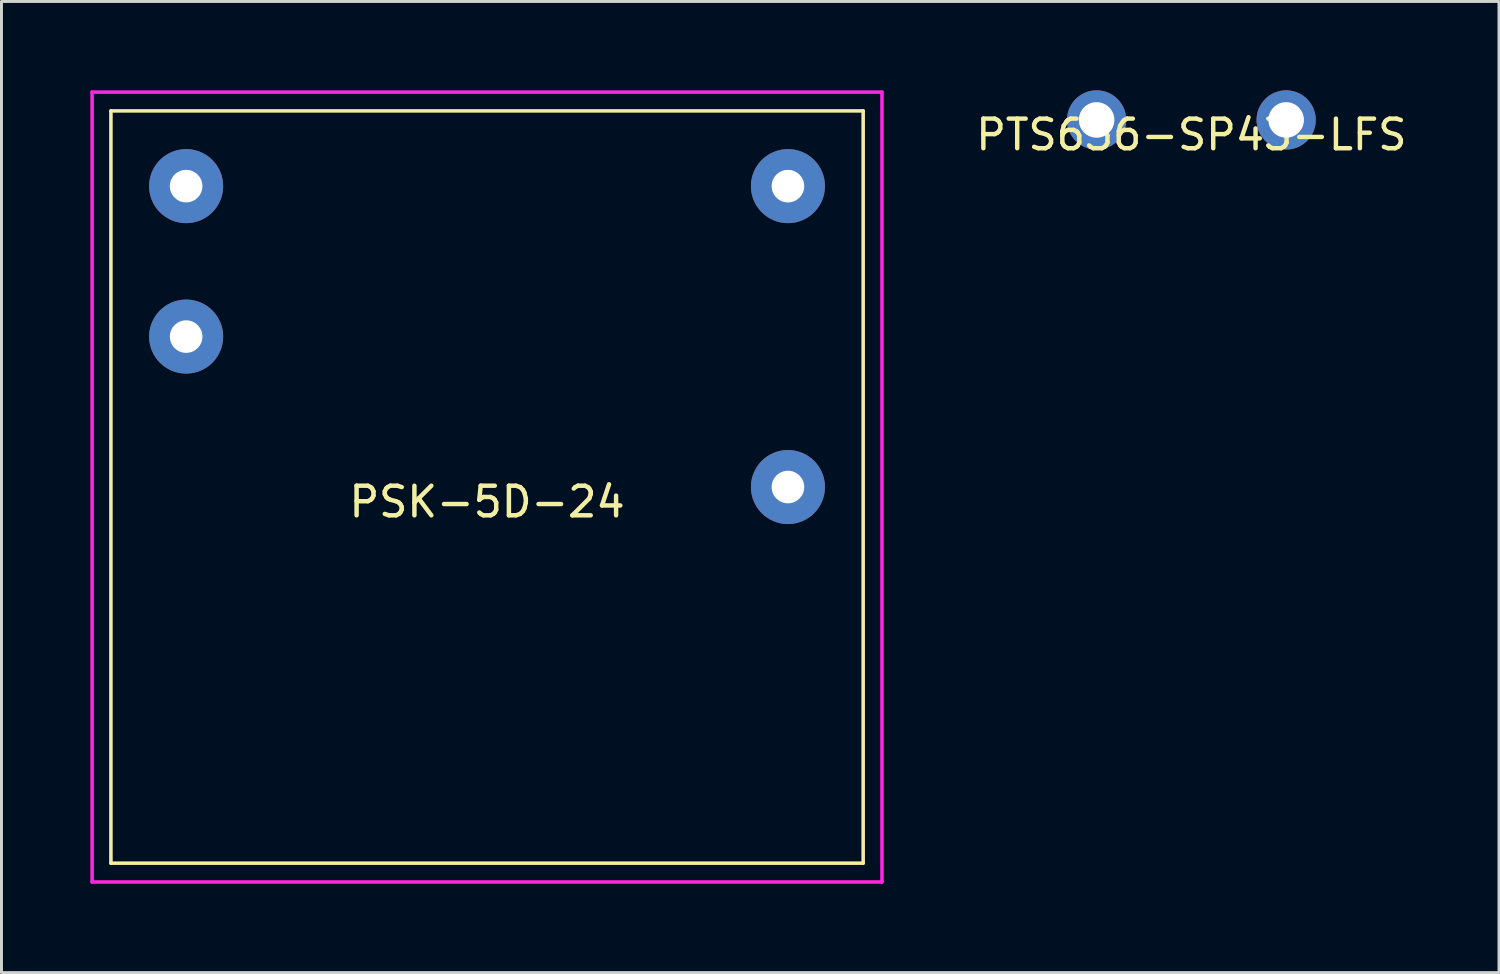
<source format=kicad_pcb>
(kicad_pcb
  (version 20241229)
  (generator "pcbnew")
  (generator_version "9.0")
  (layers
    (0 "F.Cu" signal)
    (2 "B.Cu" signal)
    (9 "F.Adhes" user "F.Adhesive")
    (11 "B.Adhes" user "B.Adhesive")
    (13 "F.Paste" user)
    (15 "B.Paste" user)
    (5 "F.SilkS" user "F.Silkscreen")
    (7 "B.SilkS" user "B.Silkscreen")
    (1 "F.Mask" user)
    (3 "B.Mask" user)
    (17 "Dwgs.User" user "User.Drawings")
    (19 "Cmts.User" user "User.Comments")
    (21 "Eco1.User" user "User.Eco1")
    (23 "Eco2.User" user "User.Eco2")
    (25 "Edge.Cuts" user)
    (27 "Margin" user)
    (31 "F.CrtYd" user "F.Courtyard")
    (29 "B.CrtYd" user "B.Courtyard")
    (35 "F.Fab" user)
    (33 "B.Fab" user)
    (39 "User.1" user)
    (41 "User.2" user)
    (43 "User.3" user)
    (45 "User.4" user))
  (footprint "PSK-5D-24"
    (layer "F.Cu")
    (at 13.395 13.395)
    (property "Reference" "PSK-5D-24" (at 0 0.5 0) (layer "F.SilkS") (effects (font (size 1 1) (thickness 0.15))))
    (attr through_hole)
    (fp_line (start -12.7 -12.7) (end 12.7 -12.7) (stroke (width 0.12) (type solid)) (layer "F.SilkS"))
    (fp_line (start -12.7 12.7) (end -12.7 -12.7) (stroke (width 0.12) (type solid)) (layer "F.SilkS"))
    (fp_line (start 12.7 -12.7) (end 12.7 12.7) (stroke (width 0.12) (type solid)) (layer "F.SilkS"))
    (fp_line (start 12.7 12.7) (end -12.7 12.7) (stroke (width 0.12) (type solid)) (layer "F.SilkS"))
    (fp_line (start -13.335 -13.335) (end 13.335 -13.335) (stroke (width 0.12) (type solid)) (layer "F.CrtYd"))
    (fp_line (start -13.335 13.335) (end -13.335 -13.335) (stroke (width 0.12) (type solid)) (layer "F.CrtYd"))
    (fp_line (start 13.335 -13.335) (end 13.335 13.335) (stroke (width 0.12) (type solid)) (layer "F.CrtYd"))
    (fp_line (start 13.335 13.335) (end -13.335 13.335) (stroke (width 0.12) (type solid)) (layer "F.CrtYd"))
    (pad "1" thru_hole circle (at -10.16 -10.16 180) (size 2.5 2.5) (drill 1.1) (layers "*.Cu" "*.Mask"))
    (pad "2" thru_hole circle (at -10.16 -5.08 180) (size 2.5 2.5) (drill 1.1) (layers "*.Cu" "*.Mask"))
    (pad "4" thru_hole circle (at 10.16 0 180) (size 2.5 2.5) (drill 1.1) (layers "*.Cu" "*.Mask"))
    (pad "5" thru_hole circle (at 10.16 -10.16 180) (size 2.5 2.5) (drill 1.1) (layers "*.Cu" "*.Mask")))
  (footprint "PTS636-SP43-LFS"
    (layer "F.Cu")
    (at 37.177 1)
    (property "Reference" "PTS636-SP43-LFS" (at 0 0.5 0) (layer "F.SilkS") (effects (font (size 1 1) (thickness 0.15))))
    (attr through_hole)
    (pad "1" thru_hole circle (at -3.2 0) (size 2 2) (drill 1.2) (layers "*.Cu" "*.Mask"))
    (pad "2" thru_hole circle (at 3.2 0 180) (size 2 2) (drill 1.2) (layers "*.Cu" "*.Mask")))
  (gr_rect
    (start -3 -3)
    (end 47.564 29.79)
    (stroke (width 0.1) (type default))
    (fill no)
    (layer "Edge.Cuts")))
</source>
